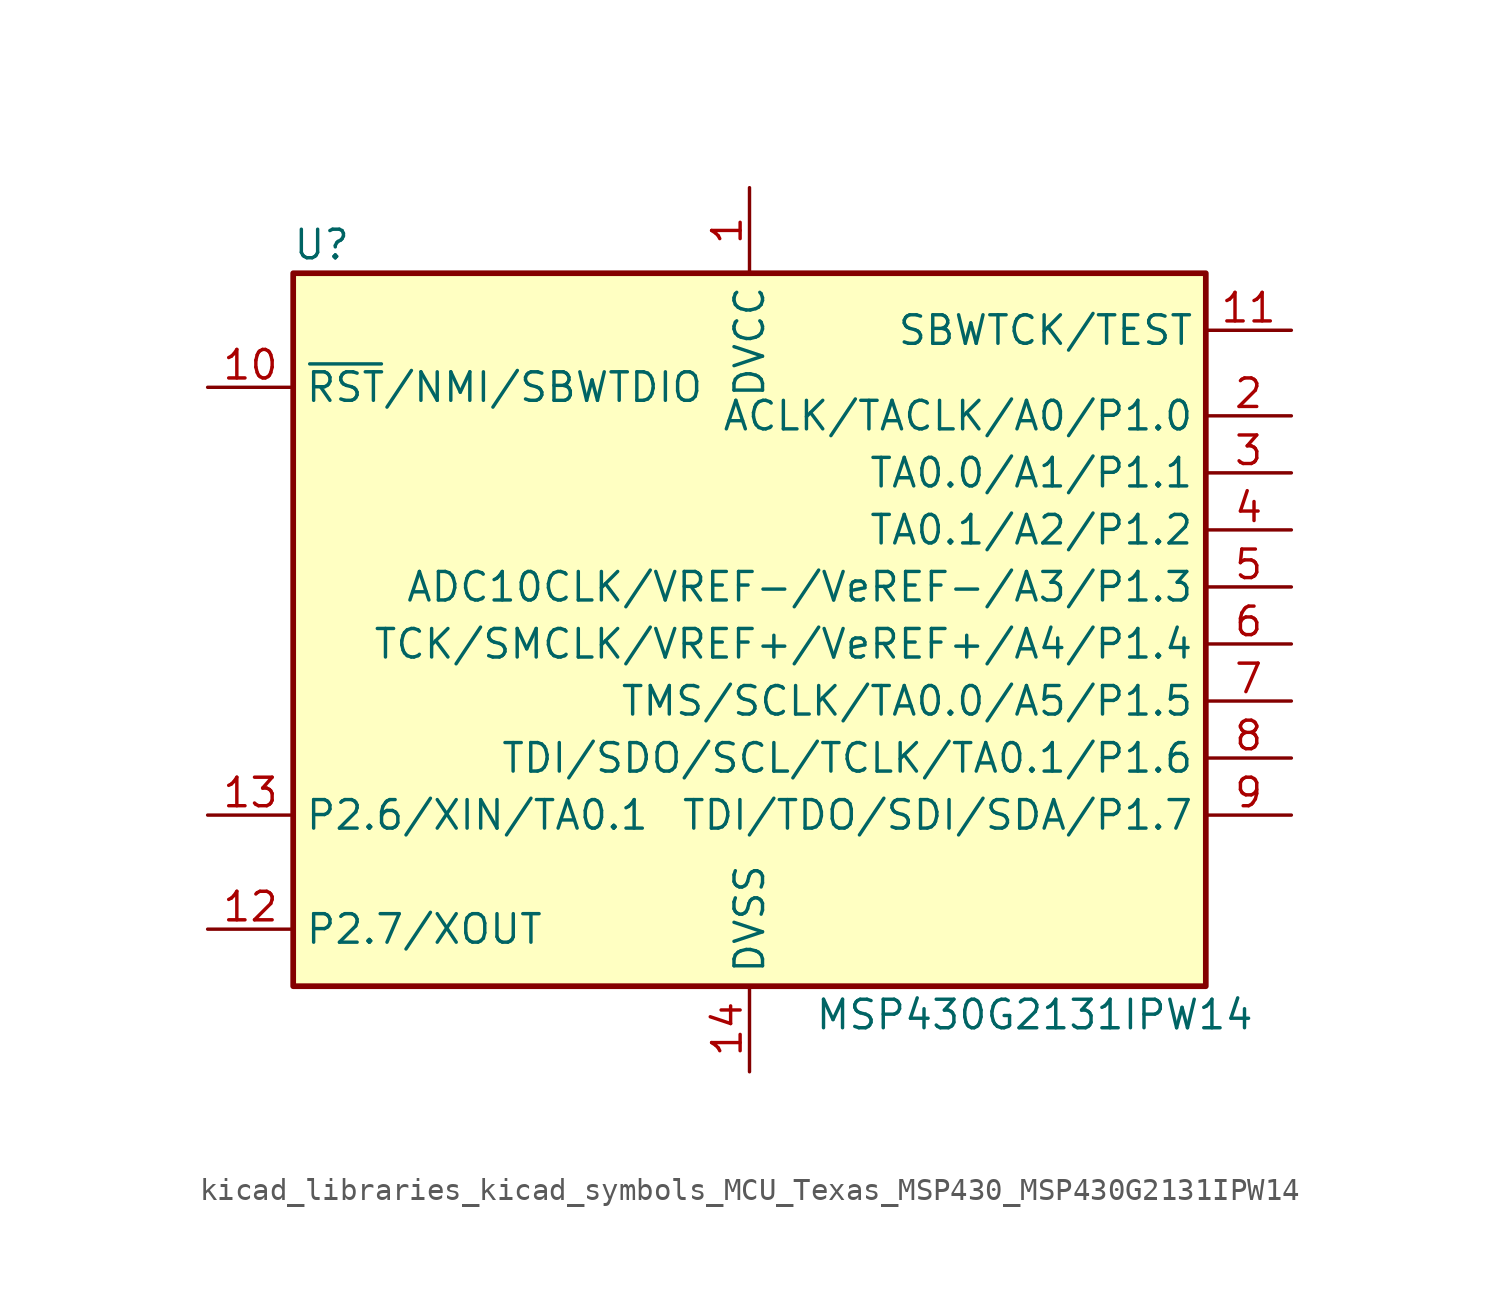
<source format=kicad_sym>
(kicad_symbol_lib
  (version 20220914)
  (generator kicad_symbol_editor)
  (symbol "kicad_libraries_kicad_symbols_MCU_Texas_MSP430_MSP430G2131IPW14"
    (property "Reference" "U"
      (at -19.05 17.78 0)
      (effects (font (size 1.27 1.27))))
    (property "Value" "MSP430G2131IPW14"
      (at 12.7 -16.51 0)
      (effects (font (size 1.27 1.27))))
    (symbol "kicad_libraries_kicad_symbols_MCU_Texas_MSP430_MSP430G2131IPW14_0_1"
      (rectangle (start -20.32 16.51) (end 20.32 -15.24) (stroke (width 0.254) (type default)) (fill (type background))))
    (symbol "kicad_libraries_kicad_symbols_MCU_Texas_MSP430_MSP430G2131IPW14_1_1"
      (pin power_in line (at 0 20.32 270) (length 3.81) (name "DVCC" (effects (font (size 1.27 1.27)))) (number "1" (effects (font (size 1.27 1.27)))))
      (pin input line (at -24.13 11.43 0) (length 3.81) (name "~{RST}/NMI/SBWTDIO" (effects (font (size 1.27 1.27)))) (number "10" (effects (font (size 1.27 1.27)))))
      (pin input line (at 24.13 13.97 180) (length 3.81) (name "SBWTCK/TEST" (effects (font (size 1.27 1.27)))) (number "11" (effects (font (size 1.27 1.27)))))
      (pin bidirectional line (at -24.13 -12.7 0) (length 3.81) (name "P2.7/XOUT" (effects (font (size 1.27 1.27)))) (number "12" (effects (font (size 1.27 1.27)))))
      (pin bidirectional line (at -24.13 -7.62 0) (length 3.81) (name "P2.6/XIN/TA0.1" (effects (font (size 1.27 1.27)))) (number "13" (effects (font (size 1.27 1.27)))))
      (pin power_in line (at 0 -19.05 90) (length 3.81) (name "DVSS" (effects (font (size 1.27 1.27)))) (number "14" (effects (font (size 1.27 1.27)))))
      (pin bidirectional line (at 24.13 10.16 180) (length 3.81) (name "ACLK/TACLK/A0/P1.0" (effects (font (size 1.27 1.27)))) (number "2" (effects (font (size 1.27 1.27)))))
      (pin bidirectional line (at 24.13 7.62 180) (length 3.81) (name "TA0.0/A1/P1.1" (effects (font (size 1.27 1.27)))) (number "3" (effects (font (size 1.27 1.27)))))
      (pin bidirectional line (at 24.13 5.08 180) (length 3.81) (name "TA0.1/A2/P1.2" (effects (font (size 1.27 1.27)))) (number "4" (effects (font (size 1.27 1.27)))))
      (pin bidirectional line (at 24.13 2.54 180) (length 3.81) (name "ADC10CLK/VREF-/VeREF-/A3/P1.3" (effects (font (size 1.27 1.27)))) (number "5" (effects (font (size 1.27 1.27)))))
      (pin bidirectional line (at 24.13 0 180) (length 3.81) (name "TCK/SMCLK/VREF+/VeREF+/A4/P1.4" (effects (font (size 1.27 1.27)))) (number "6" (effects (font (size 1.27 1.27)))))
      (pin bidirectional line (at 24.13 -2.54 180) (length 3.81) (name "TMS/SCLK/TA0.0/A5/P1.5" (effects (font (size 1.27 1.27)))) (number "7" (effects (font (size 1.27 1.27)))))
      (pin bidirectional line (at 24.13 -5.08 180) (length 3.81) (name "TDI/SDO/SCL/TCLK/TA0.1/P1.6" (effects (font (size 1.27 1.27)))) (number "8" (effects (font (size 1.27 1.27)))))
      (pin bidirectional line (at 24.13 -7.62 180) (length 3.81) (name "TDI/TDO/SDI/SDA/P1.7" (effects (font (size 1.27 1.27)))) (number "9" (effects (font (size 1.27 1.27))))))))
</source>
